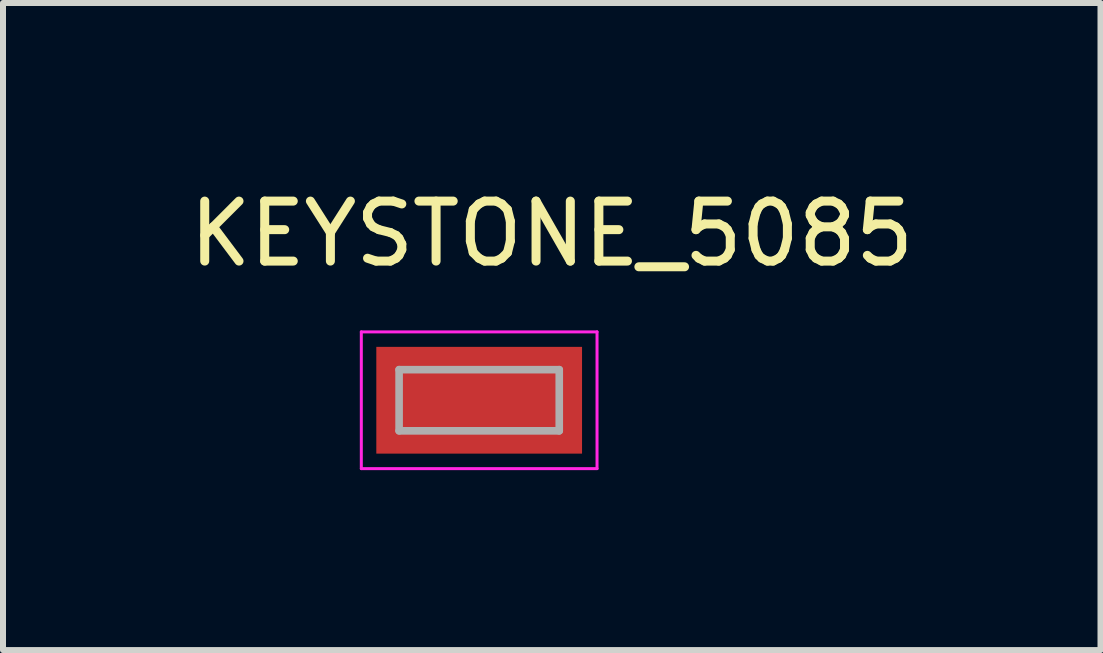
<source format=kicad_pcb>
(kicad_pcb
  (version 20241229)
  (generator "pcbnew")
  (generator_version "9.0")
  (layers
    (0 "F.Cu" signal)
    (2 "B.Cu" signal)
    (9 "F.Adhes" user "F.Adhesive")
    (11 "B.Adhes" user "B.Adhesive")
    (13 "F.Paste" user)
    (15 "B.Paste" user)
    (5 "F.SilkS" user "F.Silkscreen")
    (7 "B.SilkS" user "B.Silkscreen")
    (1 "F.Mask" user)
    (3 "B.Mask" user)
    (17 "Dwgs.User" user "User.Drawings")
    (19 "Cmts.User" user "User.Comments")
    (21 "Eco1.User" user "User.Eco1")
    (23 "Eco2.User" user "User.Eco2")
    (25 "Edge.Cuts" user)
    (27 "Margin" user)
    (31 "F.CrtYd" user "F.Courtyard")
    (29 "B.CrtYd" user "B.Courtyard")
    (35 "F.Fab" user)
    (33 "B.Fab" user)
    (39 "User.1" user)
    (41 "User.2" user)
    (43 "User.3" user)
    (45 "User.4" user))
  (footprint "KEYSTONE_5085"
    (layer "F.Cu")
    (at 4.939 3.623)
    (property "Reference" "KEYSTONE_5085" (at 1.21 -2.775 0) (layer "F.SilkS") (effects (font (size 1 1) (thickness 0.15))))
    (attr smd)
    (fp_line (start -1.965 -1.14) (end -1.965 1.14) (stroke (width 0.05) (type solid)) (layer "F.CrtYd"))
    (fp_line (start -1.965 1.14) (end 1.965 1.14) (stroke (width 0.05) (type solid)) (layer "F.CrtYd"))
    (fp_line (start 1.965 -1.14) (end -1.965 -1.14) (stroke (width 0.05) (type solid)) (layer "F.CrtYd"))
    (fp_line (start 1.965 1.14) (end 1.965 -1.14) (stroke (width 0.05) (type solid)) (layer "F.CrtYd"))
    (fp_line (start -1.335 -0.51) (end 1.335 -0.51) (stroke (width 0.127) (type solid)) (layer "F.Fab"))
    (fp_line (start -1.335 0.51) (end -1.335 -0.51) (stroke (width 0.127) (type solid)) (layer "F.Fab"))
    (fp_line (start 1.335 -0.51) (end 1.335 0.51) (stroke (width 0.127) (type solid)) (layer "F.Fab"))
    (fp_line (start 1.335 0.51) (end -1.335 0.51) (stroke (width 0.127) (type solid)) (layer "F.Fab"))
    (pad "TP" smd rect (at 0 0) (size 3.43 1.78) (layers "F.Cu" "F.Mask" "F.Paste")))
  (gr_rect
    (start -3 -3)
    (end 15.298 7.788)
    (stroke (width 0.1) (type default))
    (fill no)
    (layer "Edge.Cuts")))
</source>
